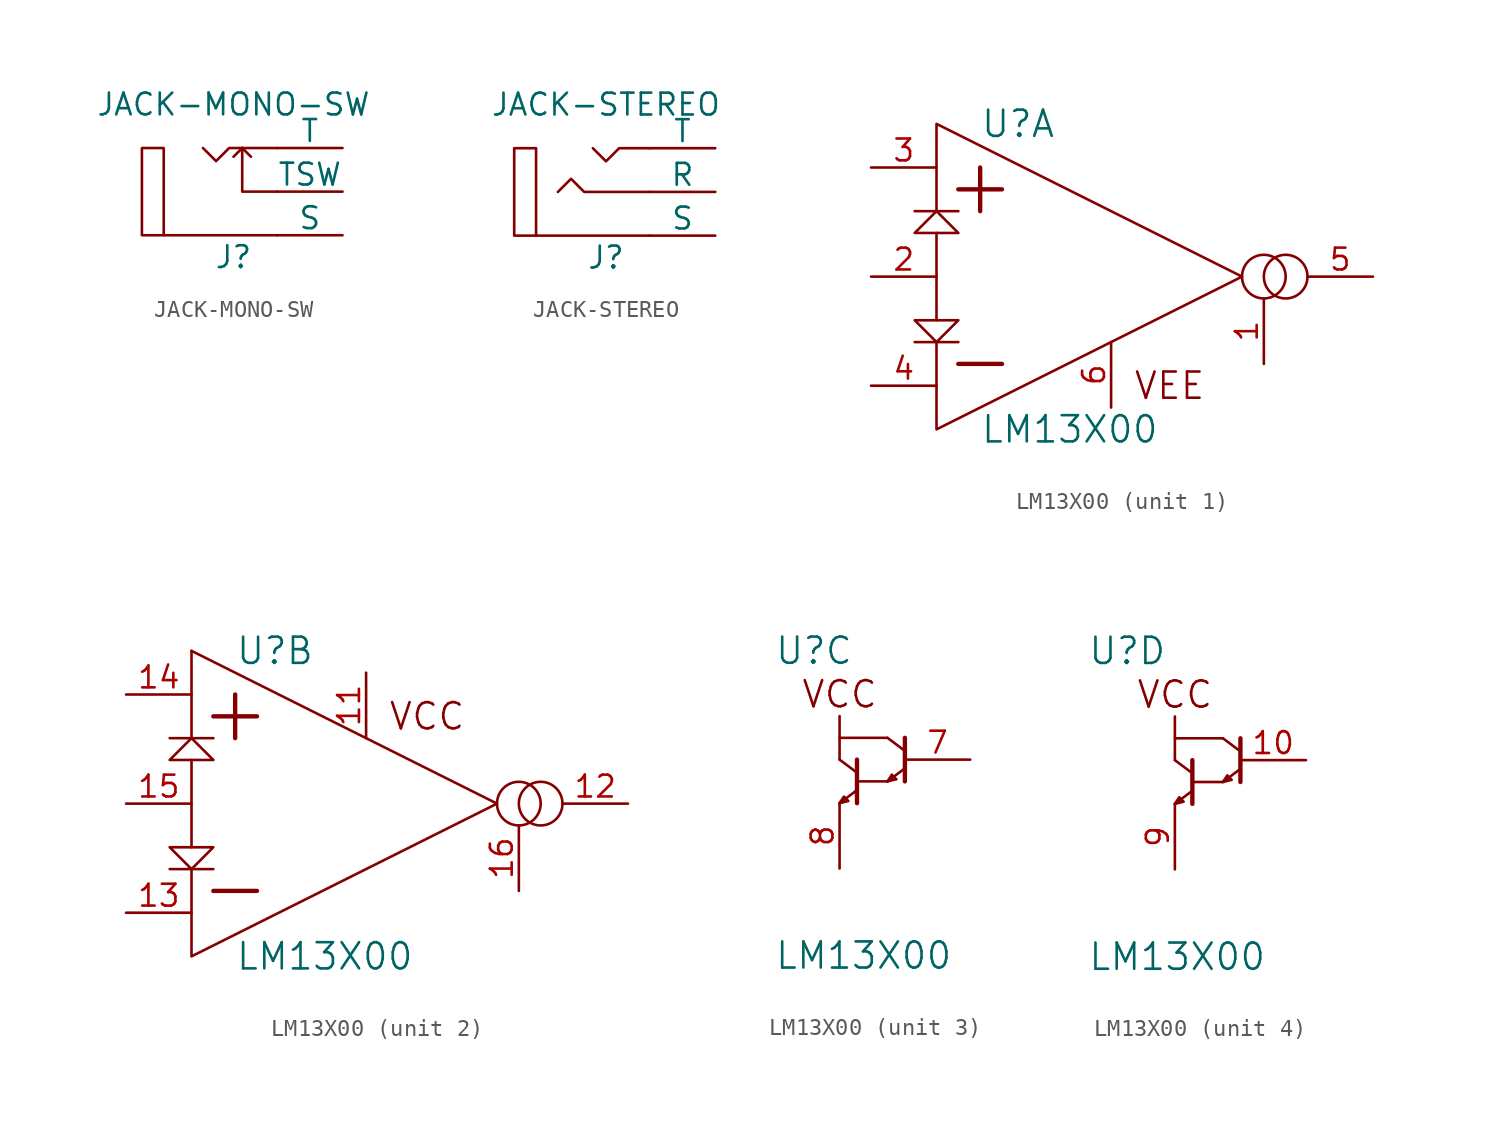
<source format=kicad_sym>
(kicad_symbol_lib
  (version 20211014)
  (generator kicad_symbol_editor)
  (symbol "JACK-MONO-SW"
    (pin_numbers hide)
    (pin_names
      (offset 0))
    (property "Reference" "J"
      (at 0 -3.81 0)
      (effects (font (size 1.27 1.27))))
    (property "Value" "JACK-MONO-SW"
      (at 0 5.08 0)
      (effects (font (size 1.27 1.27))))
    (property "Footprint" ""
      (at -3.048 1.778 0)
      (effects (font (size 1.524 1.524))))
    (property "Datasheet" ""
      (at -3.048 1.778 0)
      (effects (font (size 1.524 1.524))))
    (symbol "JACK-MONO-SW_0_1"
      (rectangle (start -4.064 -2.54) (end -5.334 2.54) (stroke (width 0) (type default) (color 0 0 0 0)) (fill (type none)))
      (polyline (pts (xy 0.508 2.54) (xy 0 2.032)) (stroke (width 0) (type default) (color 0 0 0 0)) (fill (type none)))
      (polyline (pts (xy 0.508 2.54) (xy 1.016 2.032)) (stroke (width 0) (type default) (color 0 0 0 0)) (fill (type none)))
      (polyline (pts (xy 2.54 -2.54) (xy -4.064 -2.54)) (stroke (width 0) (type default) (color 0 0 0 0)) (fill (type none)))
      (polyline (pts (xy 0.508 2.54) (xy 0.508 0) (xy 2.54 0)) (stroke (width 0) (type default) (color 0 0 0 0)) (fill (type none)))
      (polyline (pts (xy 2.54 2.54) (xy -0.254 2.54) (xy -1.016 1.778) (xy -1.778 2.54)) (stroke (width 0) (type default) (color 0 0 0 0)) (fill (type none))))
    (symbol "JACK-MONO-SW_1_1"
      (pin passive line (at 6.35 -2.54 180) (length 3.81) (name "S" (effects (font (size 1.27 1.27)))) (number "S" (effects (font (size 1.27 1.27)))))
      (pin passive line (at 6.35 2.54 180) (length 3.81) (name "T" (effects (font (size 1.27 1.27)))) (number "T" (effects (font (size 1.27 1.27)))))
      (pin passive line (at 6.35 0 180) (length 3.81) (name "TSW" (effects (font (size 1.27 1.27)))) (number "TSW" (effects (font (size 1.27 1.27)))))))
  (symbol "JACK-STEREO"
    (pin_numbers hide)
    (pin_names
      (offset 0))
    (property "Reference" "J"
      (at 0 -3.81 0)
      (effects (font (size 1.27 1.27))))
    (property "Value" "JACK-STEREO"
      (at 0 5.08 0)
      (effects (font (size 1.27 1.27))))
    (property "Footprint" ""
      (at -1.27 1.27 0)
      (effects (font (size 1.524 1.524))))
    (property "Datasheet" ""
      (at -1.27 1.27 0)
      (effects (font (size 1.524 1.524))))
    (symbol "JACK-STEREO_0_1"
      (rectangle (start -4.064 -2.54) (end -5.334 2.54) (stroke (width 0) (type default) (color 0 0 0 0)) (fill (type none)))
      (polyline (pts (xy 2.54 -2.54) (xy -4.064 -2.54)) (stroke (width 0) (type default) (color 0 0 0 0)) (fill (type none)))
      (polyline (pts (xy 2.54 0) (xy -1.27 0) (xy -2.032 0.762) (xy -2.794 0)) (stroke (width 0) (type default) (color 0 0 0 0)) (fill (type none)))
      (polyline (pts (xy 2.54 2.54) (xy 0.762 2.54) (xy 0 1.778) (xy -0.762 2.54)) (stroke (width 0) (type default) (color 0 0 0 0)) (fill (type none))))
    (symbol "JACK-STEREO_1_1"
      (pin passive line (at 6.35 0 180) (length 3.81) (name "R" (effects (font (size 1.27 1.27)))) (number "R" (effects (font (size 1.27 1.27)))))
      (pin passive line (at 6.35 -2.54 180) (length 3.81) (name "S" (effects (font (size 1.27 1.27)))) (number "S" (effects (font (size 1.27 1.27)))))
      (pin passive line (at 6.35 2.54 180) (length 3.81) (name "T" (effects (font (size 1.27 1.27)))) (number "T" (effects (font (size 1.27 1.27)))))))
  (symbol "LM13X00"
    (pin_names
      (offset 1.016) hide)
    (property "Reference" "U"
      (at -7.62 8.89 0)
      (effects (font (size 1.524 1.524)) (justify left)))
    (property "Value" "LM13X00"
      (at -7.62 -8.89 0)
      (effects (font (size 1.524 1.524)) (justify left)))
    (property "Footprint" ""
      (at 1.27 0 0)
      (effects (font (size 1.524 1.524))))
    (property "Datasheet" ""
      (at 1.27 0 0)
      (effects (font (size 1.524 1.524))))
    (property "ki_locked" ""
      (at 0 0 0)
      (effects (font (size 1.27 1.27))))
    (symbol "LM13X00_1_1"
      (polyline (pts (xy -11.43 -3.81) (xy -8.89 -3.81)) (stroke (width 0) (type default) (color 0 0 0 0)) (fill (type none)))
      (polyline (pts (xy -11.43 3.81) (xy -8.89 3.81)) (stroke (width 0) (type default) (color 0 0 0 0)) (fill (type none)))
      (polyline (pts (xy -10.16 2.54) (xy -10.16 -2.54)) (stroke (width 0) (type default) (color 0 0 0 0)) (fill (type none)))
      (polyline (pts (xy -8.89 -5.08) (xy -6.35 -5.08)) (stroke (width 0.254) (type default) (color 0 0 0 0)) (fill (type none)))
      (polyline (pts (xy -8.89 5.08) (xy -6.35 5.08)) (stroke (width 0.254) (type default) (color 0 0 0 0)) (fill (type none)))
      (polyline (pts (xy -7.62 6.35) (xy -7.62 3.81)) (stroke (width 0.254) (type default) (color 0 0 0 0)) (fill (type none)))
      (polyline (pts (xy -11.43 -2.54) (xy -10.16 -3.81) (xy -8.89 -2.54) (xy -11.43 -2.54)) (stroke (width 0) (type default) (color 0 0 0 0)) (fill (type none)))
      (polyline (pts (xy -11.43 2.54) (xy -10.16 3.81) (xy -8.89 2.54) (xy -11.43 2.54)) (stroke (width 0) (type default) (color 0 0 0 0)) (fill (type none)))
      (polyline (pts (xy -10.16 3.81) (xy -10.16 8.89) (xy 7.62 0) (xy -10.16 -8.89) (xy -10.16 -3.81)) (stroke (width 0) (type default) (color 0 0 0 0)) (fill (type none)))
      (circle (center 8.89 0) (radius 1.27) (stroke (width 0) (type default) (color 0 0 0 0)) (fill (type none)))
      (circle (center 10.16 0) (radius 1.27) (stroke (width 0) (type default) (color 0 0 0 0)) (fill (type none)))
      (text "VEE" (at 1.27 -6.35 0) (effects (font (size 1.524 1.524)) (justify left)))
      (pin input line (at 8.89 -5.08 90) (length 3.81) (name "ABI1" (effects (font (size 1.27 1.27)))) (number "1" (effects (font (size 1.27 1.27)))))
      (pin input line (at -13.97 0 0) (length 3.81) (name "DB1" (effects (font (size 1.27 1.27)))) (number "2" (effects (font (size 1.27 1.27)))))
      (pin input line (at -13.97 6.35 0) (length 3.81) (name "IN+1" (effects (font (size 1.27 1.27)))) (number "3" (effects (font (size 1.27 1.27)))))
      (pin input line (at -13.97 -6.35 0) (length 3.81) (name "IN-1" (effects (font (size 1.27 1.27)))) (number "4" (effects (font (size 1.27 1.27)))))
      (pin input line (at 15.24 0 180) (length 3.81) (name "OUT1" (effects (font (size 1.27 1.27)))) (number "5" (effects (font (size 1.27 1.27)))))
      (pin power_in line (at 0 -7.62 90) (length 3.81) (name "V-" (effects (font (size 1.27 1.27)))) (number "6" (effects (font (size 1.27 1.27))))))
    (symbol "LM13X00_2_1"
      (polyline (pts (xy -11.43 -3.81) (xy -8.89 -3.81)) (stroke (width 0) (type default) (color 0 0 0 0)) (fill (type none)))
      (polyline (pts (xy -10.16 2.54) (xy -10.16 -2.54)) (stroke (width 0) (type default) (color 0 0 0 0)) (fill (type none)))
      (polyline (pts (xy -10.16 8.89) (xy -10.16 3.81)) (stroke (width 0) (type default) (color 0 0 0 0)) (fill (type none)))
      (polyline (pts (xy -8.89 -5.08) (xy -6.35 -5.08)) (stroke (width 0.254) (type default) (color 0 0 0 0)) (fill (type none)))
      (polyline (pts (xy -8.89 3.81) (xy -11.43 3.81)) (stroke (width 0) (type default) (color 0 0 0 0)) (fill (type none)))
      (polyline (pts (xy -7.62 6.35) (xy -7.62 3.81)) (stroke (width 0.254) (type default) (color 0 0 0 0)) (fill (type none)))
      (polyline (pts (xy -6.35 5.08) (xy -8.89 5.08)) (stroke (width 0.254) (type default) (color 0 0 0 0)) (fill (type none)))
      (polyline (pts (xy -11.43 -2.54) (xy -8.89 -2.54) (xy -10.16 -3.81) (xy -11.43 -2.54)) (stroke (width 0) (type default) (color 0 0 0 0)) (fill (type none)))
      (polyline (pts (xy -11.43 2.54) (xy -10.16 3.81) (xy -8.89 2.54) (xy -11.43 2.54)) (stroke (width 0) (type default) (color 0 0 0 0)) (fill (type none)))
      (polyline (pts (xy -10.16 8.89) (xy 7.62 0) (xy -10.16 -8.89) (xy -10.16 -3.81)) (stroke (width 0) (type default) (color 0 0 0 0)) (fill (type none)))
      (circle (center 8.89 0) (radius 1.27) (stroke (width 0) (type default) (color 0 0 0 0)) (fill (type none)))
      (circle (center 10.16 0) (radius 1.27) (stroke (width 0) (type default) (color 0 0 0 0)) (fill (type none)))
      (text "VCC" (at 1.27 5.08 0) (effects (font (size 1.524 1.524)) (justify left)))
      (pin power_in line (at 0 7.62 270) (length 3.81) (name "V+" (effects (font (size 1.27 1.27)))) (number "11" (effects (font (size 1.27 1.27)))))
      (pin input line (at 15.24 0 180) (length 3.81) (name "OUT2" (effects (font (size 1.27 1.27)))) (number "12" (effects (font (size 1.27 1.27)))))
      (pin input line (at -13.97 -6.35 0) (length 3.81) (name "IN-2" (effects (font (size 1.27 1.27)))) (number "13" (effects (font (size 1.27 1.27)))))
      (pin input line (at -13.97 6.35 0) (length 3.81) (name "IN+2" (effects (font (size 1.27 1.27)))) (number "14" (effects (font (size 1.27 1.27)))))
      (pin input line (at -13.97 0 0) (length 3.81) (name "DB2" (effects (font (size 1.27 1.27)))) (number "15" (effects (font (size 1.27 1.27)))))
      (pin input line (at 8.89 -5.08 90) (length 3.81) (name "ABI2" (effects (font (size 1.27 1.27)))) (number "16" (effects (font (size 1.27 1.27))))))
    (symbol "LM13X00_3_0"
      (polyline (pts (xy -3.81 2.54) (xy -3.81 5.08)) (stroke (width 0) (type default) (color 0 0 0 0)) (fill (type none)))
      (polyline (pts (xy -1.016 1.27) (xy -0.762 1.651)) (stroke (width 0) (type default) (color 0 0 0 0)) (fill (type none)))
      (polyline (pts (xy -1.016 1.27) (xy -0.508 1.397)) (stroke (width 0) (type default) (color 0 0 0 0)) (fill (type none)))
      (polyline (pts (xy -0.762 1.651) (xy -0.508 1.397)) (stroke (width 0) (type default) (color 0 0 0 0)) (fill (type none)))
      (polyline (pts (xy -3.81 0) (xy -3.302 0.127) (xy -3.556 0.381) (xy -3.81 0)) (stroke (width 0) (type default) (color 0 0 0 0)) (fill (type none))))
    (symbol "LM13X00_3_1"
      (polyline (pts (xy -3.81 0) (xy -2.794 0.762)) (stroke (width 0) (type default) (color 0 0 0 0)) (fill (type none)))
      (polyline (pts (xy -3.81 2.54) (xy -2.794 1.778)) (stroke (width 0) (type default) (color 0 0 0 0)) (fill (type none)))
      (polyline (pts (xy -3.81 3.81) (xy -1.016 3.81)) (stroke (width 0) (type default) (color 0 0 0 0)) (fill (type none)))
      (polyline (pts (xy -2.794 1.27) (xy -1.016 1.27)) (stroke (width 0) (type default) (color 0 0 0 0)) (fill (type none)))
      (polyline (pts (xy -2.794 2.54) (xy -2.794 0)) (stroke (width 0.254) (type default) (color 0 0 0 0)) (fill (type none)))
      (polyline (pts (xy -1.016 3.81) (xy 0 3.048)) (stroke (width 0) (type default) (color 0 0 0 0)) (fill (type none)))
      (polyline (pts (xy 0 2.032) (xy -1.016 1.27)) (stroke (width 0) (type default) (color 0 0 0 0)) (fill (type none)))
      (polyline (pts (xy 0 3.81) (xy 0 1.27)) (stroke (width 0.254) (type default) (color 0 0 0 0)) (fill (type none)))
      (text "VCC" (at -3.81 6.35 0) (effects (font (size 1.524 1.524))))
      (pin input line (at 3.81 2.54 180) (length 3.81) (name "BI1" (effects (font (size 1.27 1.27)))) (number "7" (effects (font (size 1.27 1.27)))))
      (pin input line (at -3.81 -3.81 90) (length 3.81) (name "BO1" (effects (font (size 1.27 1.27)))) (number "8" (effects (font (size 1.27 1.27))))))
    (symbol "LM13X00_4_0"
      (polyline (pts (xy -2.54 0) (xy -1.524 0.762)) (stroke (width 0) (type default) (color 0 0 0 0)) (fill (type none)))
      (polyline (pts (xy -2.54 2.54) (xy -1.524 1.778)) (stroke (width 0) (type default) (color 0 0 0 0)) (fill (type none)))
      (polyline (pts (xy -2.54 5.08) (xy -2.54 3.81)) (stroke (width 0) (type default) (color 0 0 0 0)) (fill (type none)))
      (polyline (pts (xy -1.524 2.54) (xy -1.524 0)) (stroke (width 0.254) (type default) (color 0 0 0 0)) (fill (type none)))
      (polyline (pts (xy 0.254 1.27) (xy -1.524 1.27)) (stroke (width 0) (type default) (color 0 0 0 0)) (fill (type none)))
      (polyline (pts (xy 0.254 1.27) (xy 1.27 2.032)) (stroke (width 0) (type default) (color 0 0 0 0)) (fill (type none)))
      (polyline (pts (xy 0.254 3.81) (xy 1.27 3.048)) (stroke (width 0) (type default) (color 0 0 0 0)) (fill (type none)))
      (polyline (pts (xy 1.27 3.81) (xy 1.27 1.27)) (stroke (width 0.254) (type default) (color 0 0 0 0)) (fill (type none)))
      (polyline (pts (xy 0.254 3.81) (xy -2.54 3.81) (xy -2.54 2.54)) (stroke (width 0) (type default) (color 0 0 0 0)) (fill (type none)))
      (polyline (pts (xy -2.54 0) (xy -2.032 0.127) (xy -2.286 0.381) (xy -2.54 0)) (stroke (width 0) (type default) (color 0 0 0 0)) (fill (type none)))
      (polyline (pts (xy 0.254 1.27) (xy 0.762 1.397) (xy 0.508 1.651) (xy 0.254 1.27)) (stroke (width 0) (type default) (color 0 0 0 0)) (fill (type none))))
    (symbol "LM13X00_4_1"
      (text "VCC" (at -2.54 6.35 0) (effects (font (size 1.524 1.524))))
      (pin input line (at 5.08 2.54 180) (length 3.81) (name "BI2" (effects (font (size 1.27 1.27)))) (number "10" (effects (font (size 1.27 1.27)))))
      (pin input line (at -2.54 -3.81 90) (length 3.81) (name "BO2" (effects (font (size 1.27 1.27)))) (number "9" (effects (font (size 1.27 1.27))))))))
</source>
